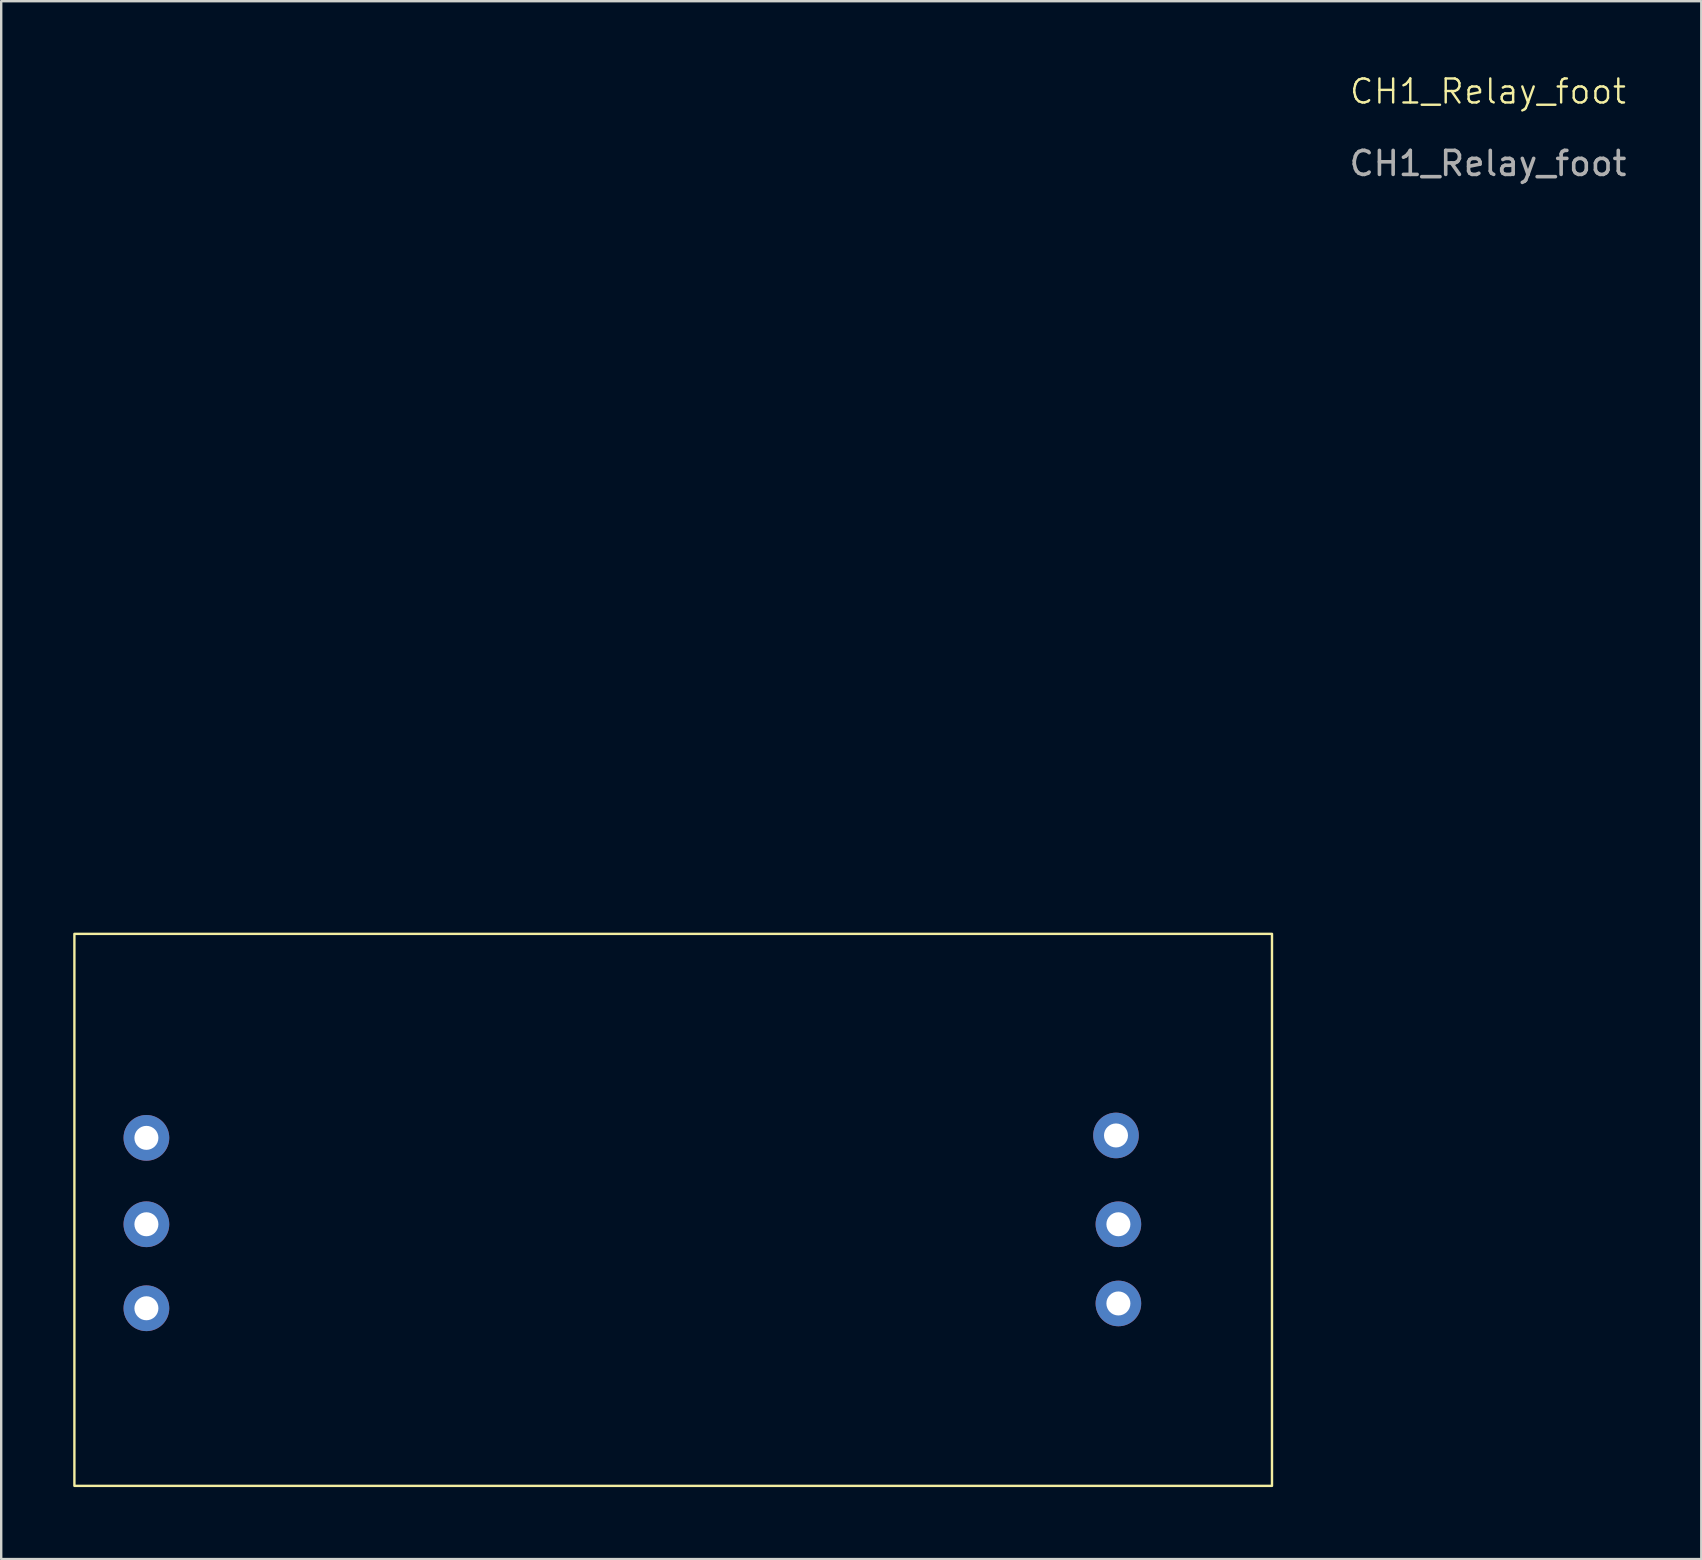
<source format=kicad_pcb>
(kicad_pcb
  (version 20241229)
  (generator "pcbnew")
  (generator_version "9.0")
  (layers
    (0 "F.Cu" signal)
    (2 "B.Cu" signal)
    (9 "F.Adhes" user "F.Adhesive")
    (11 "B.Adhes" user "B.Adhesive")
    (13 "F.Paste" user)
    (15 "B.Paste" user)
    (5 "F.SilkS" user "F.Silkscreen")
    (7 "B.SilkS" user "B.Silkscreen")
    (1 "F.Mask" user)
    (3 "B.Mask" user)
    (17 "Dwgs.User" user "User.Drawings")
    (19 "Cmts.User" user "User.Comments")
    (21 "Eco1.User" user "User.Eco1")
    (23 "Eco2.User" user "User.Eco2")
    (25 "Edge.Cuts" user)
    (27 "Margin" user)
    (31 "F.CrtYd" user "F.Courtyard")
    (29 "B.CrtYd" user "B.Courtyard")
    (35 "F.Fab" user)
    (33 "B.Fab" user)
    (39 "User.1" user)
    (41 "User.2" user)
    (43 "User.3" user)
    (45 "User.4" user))
  (footprint "CH1_Relay_foot"
    (layer "F.Cu")
    (at 26.45 47.961)
    (property "Reference" "CH1_Relay_foot" (at 32.5 -47.2 0) (unlocked yes) (layer "F.SilkS") (effects (font (size 1 1) (thickness 0.1))))
    (attr smd)
    (fp_rect (start -26.4 -12.1) (end 23.5 10.9) (stroke (width 0.1) (type default)) (fill no) (layer "F.SilkS"))
    (fp_text user "${REFERENCE}" (at 32.5 -44.2 0) (unlocked yes) (layer "F.Fab") (effects (font (size 1 1) (thickness 0.15))))
    (pad "1" thru_hole circle (at -23.4 -3.6) (size 1.905 1.905) (drill 1) (layers "*.Cu" "*.Mask"))
    (pad "2" thru_hole circle (at -23.4 0) (size 1.905 1.905) (drill 1) (layers "*.Cu" "*.Mask"))
    (pad "3" thru_hole circle (at -23.4 3.5) (size 1.905 1.905) (drill 1) (layers "*.Cu" "*.Mask"))
    (pad "4" thru_hole circle (at 17 -3.7) (size 1.9 1.9) (drill 1) (layers "*.Cu" "*.Mask"))
    (pad "5" thru_hole circle (at 17.1 0) (size 1.9 1.9) (drill 1) (layers "*.Cu" "*.Mask"))
    (pad "6" thru_hole circle (at 17.1 3.3) (size 1.9 1.9) (drill 1) (layers "*.Cu" "*.Mask")))
  (gr_rect
    (start -3 -3)
    (end 67.837 61.91)
    (stroke (width 0.1) (type default))
    (fill no)
    (layer "Edge.Cuts")))
</source>
